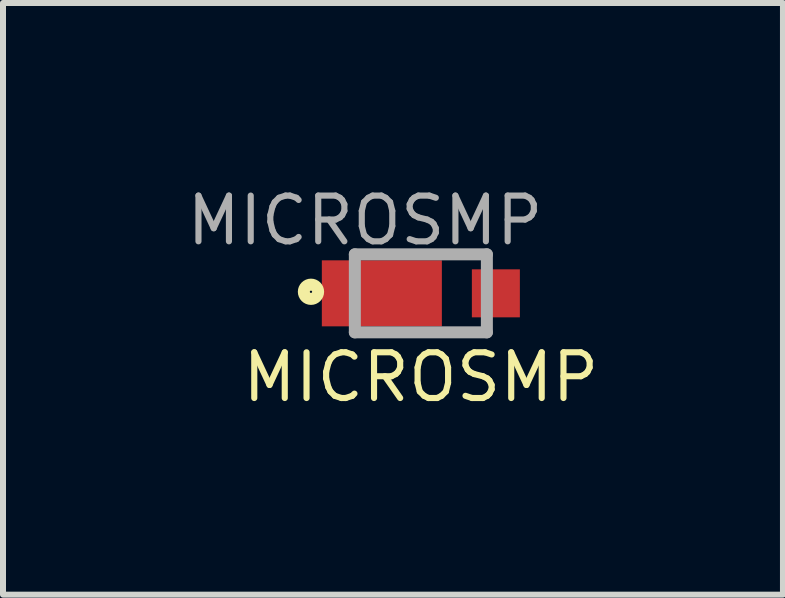
<source format=kicad_pcb>
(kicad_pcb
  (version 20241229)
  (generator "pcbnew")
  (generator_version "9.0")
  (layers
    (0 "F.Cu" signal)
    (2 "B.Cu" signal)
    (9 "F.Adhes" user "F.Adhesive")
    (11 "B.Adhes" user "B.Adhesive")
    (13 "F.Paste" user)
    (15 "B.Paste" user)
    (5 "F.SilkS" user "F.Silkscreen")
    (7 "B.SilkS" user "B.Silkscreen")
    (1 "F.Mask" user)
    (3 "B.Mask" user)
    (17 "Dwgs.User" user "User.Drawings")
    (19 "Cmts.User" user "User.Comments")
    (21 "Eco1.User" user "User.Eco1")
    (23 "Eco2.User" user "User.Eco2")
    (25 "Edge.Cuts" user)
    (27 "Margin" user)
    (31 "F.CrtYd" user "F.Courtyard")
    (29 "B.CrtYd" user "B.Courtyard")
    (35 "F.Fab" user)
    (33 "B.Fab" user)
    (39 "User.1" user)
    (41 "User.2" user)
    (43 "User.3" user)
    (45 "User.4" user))
  (footprint "MICROSMP"
    (layer "F.Cu")
    (at 3.963 1.838)
    (property "Reference" "MICROSMP" (at 0 1.397 180) (layer "F.SilkS") (effects (font (size 0.762 0.762) (thickness 0.102))))
    (attr smd)
    (fp_circle (center -1.831 -0.026) (end -1.831 -0.007) (stroke (width 0.2) (type solid)) (fill no) (layer "F.SilkS"))
    (fp_line (start -1.1 -0.65) (end 1.1 -0.65) (stroke (width 0.2) (type solid)) (layer "F.Fab"))
    (fp_line (start -1.1 0.65) (end -1.1 -0.65) (stroke (width 0.2) (type solid)) (layer "F.Fab"))
    (fp_line (start 1.1 -0.65) (end 1.1 0.65) (stroke (width 0.2) (type solid)) (layer "F.Fab"))
    (fp_line (start 1.1 0.65) (end -1.1 0.65) (stroke (width 0.2) (type solid)) (layer "F.Fab"))
    (fp_text user "${REFERENCE}" (at -0.93 -1.214 180) (layer "F.Fab") (effects (font (size 0.762 0.762) (thickness 0.102))))
    (pad "1" smd rect (at -0.65 0 90) (size 1.1 2) (layers "F.Cu" "F.Mask" "F.Paste"))
    (pad "2" smd rect (at 1.25 0 90) (size 0.8 0.8) (layers "F.Cu" "F.Mask" "F.Paste")))
  (gr_rect
    (start -3 -3)
    (end 9.997 6.859)
    (stroke (width 0.1) (type default))
    (fill no)
    (layer "Edge.Cuts")))
</source>
